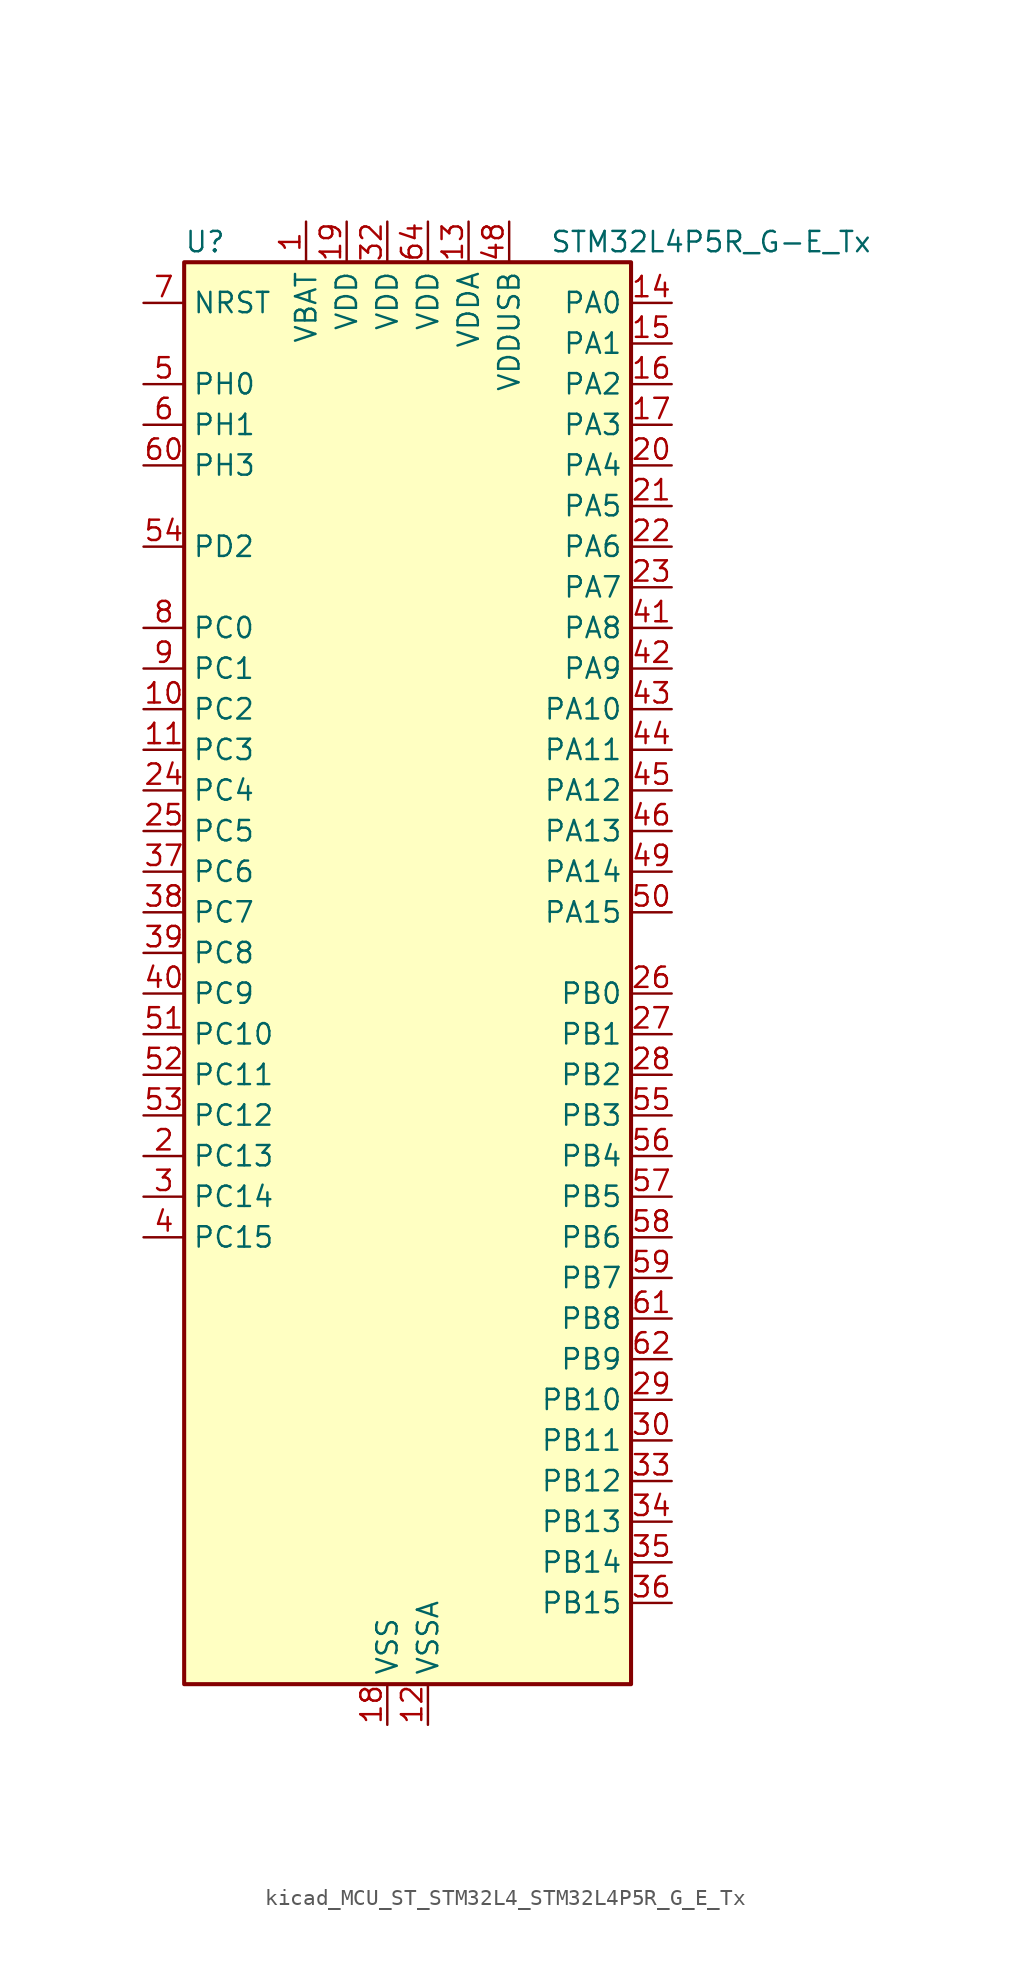
<source format=kicad_sym>
(kicad_symbol_lib
  (version 20220914)
  (generator kicad_symbol_editor)
  (symbol "kicad_MCU_ST_STM32L4_STM32L4P5R_G_E_Tx"
    (property "Reference" "U"
      (at -12.7 46.99 0)
      (effects (font (size 1.27 1.27)) (justify left)))
    (property "Value" "STM32L4P5R_G-E_Tx"
      (at 10.16 46.99 0)
      (effects (font (size 1.27 1.27)) (justify left)))
    (property "ki_locked" ""
      (at 0 0 0)
      (effects (font (size 1.27 1.27))))
    (symbol "kicad_MCU_ST_STM32L4_STM32L4P5R_G_E_Tx_0_1"
      (rectangle (start -12.7 -43.18) (end 15.24 45.72) (stroke (width 0.254) (type default)) (fill (type background))))
    (symbol "kicad_MCU_ST_STM32L4_STM32L4P5R_G_E_Tx_1_1"
      (pin power_in line (at -5.08 48.26 270) (length 2.54) (name "VBAT" (effects (font (size 1.27 1.27)))) (number "1" (effects (font (size 1.27 1.27)))))
      (pin bidirectional line (at -15.24 17.78 0) (length 2.54) (name "PC2" (effects (font (size 1.27 1.27)))) (number "10" (effects (font (size 1.27 1.27)))) (alternate "ADC1_IN3" bidirectional line) (alternate "ADC2_IN3" bidirectional line) (alternate "DFSDM1_CKOUT" bidirectional line) (alternate "LPTIM1_IN2" bidirectional line) (alternate "LTDC_HSYNC" bidirectional line) (alternate "OCTOSPIM_P1_IO5" bidirectional line) (alternate "SPI2_MISO" bidirectional line))
      (pin bidirectional line (at -15.24 15.24 0) (length 2.54) (name "PC3" (effects (font (size 1.27 1.27)))) (number "11" (effects (font (size 1.27 1.27)))) (alternate "ADC1_IN4" bidirectional line) (alternate "ADC2_IN4" bidirectional line) (alternate "LPTIM1_ETR" bidirectional line) (alternate "LPTIM2_ETR" bidirectional line) (alternate "OCTOSPIM_P1_IO6" bidirectional line) (alternate "SAI1_D1" bidirectional line) (alternate "SAI1_SD_A" bidirectional line) (alternate "SPI2_MOSI" bidirectional line))
      (pin power_in line (at 2.54 -45.72 90) (length 2.54) (name "VSSA" (effects (font (size 1.27 1.27)))) (number "12" (effects (font (size 1.27 1.27)))))
      (pin power_in line (at 5.08 48.26 270) (length 2.54) (name "VDDA" (effects (font (size 1.27 1.27)))) (number "13" (effects (font (size 1.27 1.27)))))
      (pin bidirectional line (at 17.78 43.18 180) (length 2.54) (name "PA0" (effects (font (size 1.27 1.27)))) (number "14" (effects (font (size 1.27 1.27)))) (alternate "ADC1_IN5" bidirectional line) (alternate "ADC2_IN5" bidirectional line) (alternate "OPAMP1_VINP" bidirectional line) (alternate "RTC_TAMP2" bidirectional line) (alternate "SAI1_EXTCLK" bidirectional line) (alternate "SYS_WKUP1" bidirectional line) (alternate "TIM2_CH1" bidirectional line) (alternate "TIM2_ETR" bidirectional line) (alternate "TIM5_CH1" bidirectional line) (alternate "TIM8_ETR" bidirectional line) (alternate "UART4_TX" bidirectional line) (alternate "USART2_CTS" bidirectional line) (alternate "USART2_NSS" bidirectional line))
      (pin bidirectional line (at 17.78 40.64 180) (length 2.54) (name "PA1" (effects (font (size 1.27 1.27)))) (number "15" (effects (font (size 1.27 1.27)))) (alternate "ADC1_IN6" bidirectional line) (alternate "ADC2_IN6" bidirectional line) (alternate "I2C1_SMBA" bidirectional line) (alternate "OCTOSPIM_P1_DQS" bidirectional line) (alternate "OPAMP1_VINM" bidirectional line) (alternate "SDMMC2_CMD" bidirectional line) (alternate "SPI1_SCK" bidirectional line) (alternate "TIM15_CH1N" bidirectional line) (alternate "TIM2_CH2" bidirectional line) (alternate "TIM5_CH2" bidirectional line) (alternate "UART4_RX" bidirectional line) (alternate "USART2_DE" bidirectional line) (alternate "USART2_RTS" bidirectional line))
      (pin bidirectional line (at 17.78 38.1 180) (length 2.54) (name "PA2" (effects (font (size 1.27 1.27)))) (number "16" (effects (font (size 1.27 1.27)))) (alternate "ADC1_IN7" bidirectional line) (alternate "ADC2_IN7" bidirectional line) (alternate "LPUART1_TX" bidirectional line) (alternate "OCTOSPIM_P1_NCS" bidirectional line) (alternate "RCC_LSCO" bidirectional line) (alternate "SAI2_EXTCLK" bidirectional line) (alternate "SYS_WKUP4" bidirectional line) (alternate "TIM15_CH1" bidirectional line) (alternate "TIM2_CH3" bidirectional line) (alternate "TIM5_CH3" bidirectional line) (alternate "USART2_TX" bidirectional line))
      (pin bidirectional line (at 17.78 35.56 180) (length 2.54) (name "PA3" (effects (font (size 1.27 1.27)))) (number "17" (effects (font (size 1.27 1.27)))) (alternate "ADC1_IN8" bidirectional line) (alternate "ADC2_IN8" bidirectional line) (alternate "LPUART1_RX" bidirectional line) (alternate "OCTOSPIM_P1_CLK" bidirectional line) (alternate "OPAMP1_VOUT" bidirectional line) (alternate "SAI1_CK1" bidirectional line) (alternate "SAI1_MCLK_A" bidirectional line) (alternate "TIM15_CH2" bidirectional line) (alternate "TIM2_CH4" bidirectional line) (alternate "TIM5_CH4" bidirectional line) (alternate "USART2_RX" bidirectional line))
      (pin power_in line (at 0 -45.72 90) (length 2.54) (name "VSS" (effects (font (size 1.27 1.27)))) (number "18" (effects (font (size 1.27 1.27)))))
      (pin power_in line (at -2.54 48.26 270) (length 2.54) (name "VDD" (effects (font (size 1.27 1.27)))) (number "19" (effects (font (size 1.27 1.27)))))
      (pin bidirectional line (at -15.24 -10.16 0) (length 2.54) (name "PC13" (effects (font (size 1.27 1.27)))) (number "2" (effects (font (size 1.27 1.27)))) (alternate "RTC_OUT1" bidirectional line) (alternate "RTC_TAMP1" bidirectional line) (alternate "RTC_TS" bidirectional line) (alternate "SYS_WKUP2" bidirectional line))
      (pin bidirectional line (at 17.78 33.02 180) (length 2.54) (name "PA4" (effects (font (size 1.27 1.27)))) (number "20" (effects (font (size 1.27 1.27)))) (alternate "ADC1_IN9" bidirectional line) (alternate "ADC2_IN9" bidirectional line) (alternate "DAC1_OUT1" bidirectional line) (alternate "DCMI_HSYNC" bidirectional line) (alternate "LPTIM2_OUT" bidirectional line) (alternate "LTDC_CLK" bidirectional line) (alternate "OCTOSPIM_P1_NCS" bidirectional line) (alternate "PSSI_DE" bidirectional line) (alternate "SAI1_FS_B" bidirectional line) (alternate "SPI1_NSS" bidirectional line) (alternate "SPI3_NSS" bidirectional line) (alternate "USART2_CK" bidirectional line))
      (pin bidirectional line (at 17.78 30.48 180) (length 2.54) (name "PA5" (effects (font (size 1.27 1.27)))) (number "21" (effects (font (size 1.27 1.27)))) (alternate "ADC1_IN10" bidirectional line) (alternate "ADC2_IN10" bidirectional line) (alternate "DAC1_OUT2" bidirectional line) (alternate "LPTIM2_ETR" bidirectional line) (alternate "LTDC_R7" bidirectional line) (alternate "PSSI_D14" bidirectional line) (alternate "SPI1_SCK" bidirectional line) (alternate "TIM2_CH1" bidirectional line) (alternate "TIM2_ETR" bidirectional line) (alternate "TIM8_CH1N" bidirectional line))
      (pin bidirectional line (at 17.78 27.94 180) (length 2.54) (name "PA6" (effects (font (size 1.27 1.27)))) (number "22" (effects (font (size 1.27 1.27)))) (alternate "ADC1_IN11" bidirectional line) (alternate "ADC2_IN11" bidirectional line) (alternate "DCMI_PIXCLK" bidirectional line) (alternate "LPUART1_CTS" bidirectional line) (alternate "OCTOSPIM_P1_IO3" bidirectional line) (alternate "OPAMP2_VINP" bidirectional line) (alternate "PSSI_PDCK" bidirectional line) (alternate "SPI1_MISO" bidirectional line) (alternate "TIM16_CH1" bidirectional line) (alternate "TIM1_BKIN" bidirectional line) (alternate "TIM3_CH1" bidirectional line) (alternate "TIM8_BKIN" bidirectional line) (alternate "USART3_CTS" bidirectional line) (alternate "USART3_NSS" bidirectional line))
      (pin bidirectional line (at 17.78 25.4 180) (length 2.54) (name "PA7" (effects (font (size 1.27 1.27)))) (number "23" (effects (font (size 1.27 1.27)))) (alternate "ADC1_IN12" bidirectional line) (alternate "ADC2_IN12" bidirectional line) (alternate "I2C3_SCL" bidirectional line) (alternate "OCTOSPIM_P1_IO2" bidirectional line) (alternate "OPAMP2_VINM" bidirectional line) (alternate "SPI1_MOSI" bidirectional line) (alternate "TIM17_CH1" bidirectional line) (alternate "TIM1_CH1N" bidirectional line) (alternate "TIM3_CH2" bidirectional line) (alternate "TIM8_CH1N" bidirectional line))
      (pin bidirectional line (at -15.24 12.7 0) (length 2.54) (name "PC4" (effects (font (size 1.27 1.27)))) (number "24" (effects (font (size 1.27 1.27)))) (alternate "ADC1_IN13" bidirectional line) (alternate "ADC2_IN13" bidirectional line) (alternate "COMP1_INM" bidirectional line) (alternate "OCTOSPIM_P1_IO7" bidirectional line) (alternate "OCTOSPIM_P2_NCS" bidirectional line) (alternate "USART3_TX" bidirectional line))
      (pin bidirectional line (at -15.24 10.16 0) (length 2.54) (name "PC5" (effects (font (size 1.27 1.27)))) (number "25" (effects (font (size 1.27 1.27)))) (alternate "ADC1_IN14" bidirectional line) (alternate "ADC2_IN14" bidirectional line) (alternate "COMP1_INP" bidirectional line) (alternate "LTDC_CLK" bidirectional line) (alternate "PSSI_D15" bidirectional line) (alternate "SAI1_D3" bidirectional line) (alternate "SYS_WKUP5" bidirectional line) (alternate "USART3_RX" bidirectional line))
      (pin bidirectional line (at 17.78 0 180) (length 2.54) (name "PB0" (effects (font (size 1.27 1.27)))) (number "26" (effects (font (size 1.27 1.27)))) (alternate "ADC1_IN15" bidirectional line) (alternate "ADC2_IN15" bidirectional line) (alternate "COMP1_OUT" bidirectional line) (alternate "LTDC_B6" bidirectional line) (alternate "OCTOSPIM_P1_IO1" bidirectional line) (alternate "OPAMP2_VOUT" bidirectional line) (alternate "SAI1_EXTCLK" bidirectional line) (alternate "SPI1_NSS" bidirectional line) (alternate "TIM1_CH2N" bidirectional line) (alternate "TIM3_CH3" bidirectional line) (alternate "TIM8_CH2N" bidirectional line) (alternate "USART3_CK" bidirectional line))
      (pin bidirectional line (at 17.78 -2.54 180) (length 2.54) (name "PB1" (effects (font (size 1.27 1.27)))) (number "27" (effects (font (size 1.27 1.27)))) (alternate "ADC1_IN16" bidirectional line) (alternate "ADC2_IN16" bidirectional line) (alternate "COMP1_INM" bidirectional line) (alternate "DFSDM1_DATIN0" bidirectional line) (alternate "LPTIM2_IN1" bidirectional line) (alternate "LPUART1_DE" bidirectional line) (alternate "LPUART1_RTS" bidirectional line) (alternate "LTDC_G6" bidirectional line) (alternate "OCTOSPIM_P1_IO0" bidirectional line) (alternate "TIM1_CH3N" bidirectional line) (alternate "TIM3_CH4" bidirectional line) (alternate "TIM8_CH3N" bidirectional line) (alternate "USART3_DE" bidirectional line) (alternate "USART3_RTS" bidirectional line))
      (pin bidirectional line (at 17.78 -5.08 180) (length 2.54) (name "PB2" (effects (font (size 1.27 1.27)))) (number "28" (effects (font (size 1.27 1.27)))) (alternate "COMP1_INP" bidirectional line) (alternate "DFSDM1_CKIN0" bidirectional line) (alternate "I2C3_SMBA" bidirectional line) (alternate "LPTIM1_OUT" bidirectional line) (alternate "OCTOSPIM_P1_DQS" bidirectional line) (alternate "RTC_OUT2" bidirectional line))
      (pin bidirectional line (at 17.78 -25.4 180) (length 2.54) (name "PB10" (effects (font (size 1.27 1.27)))) (number "29" (effects (font (size 1.27 1.27)))) (alternate "COMP1_OUT" bidirectional line) (alternate "I2C2_SCL" bidirectional line) (alternate "I2C4_SCL" bidirectional line) (alternate "LPUART1_RX" bidirectional line) (alternate "OCTOSPIM_P1_CLK" bidirectional line) (alternate "OCTOSPIM_P1_IO3" bidirectional line) (alternate "SAI1_SCK_A" bidirectional line) (alternate "SPI2_SCK" bidirectional line) (alternate "TIM2_CH3" bidirectional line) (alternate "TSC_SYNC" bidirectional line) (alternate "USART3_TX" bidirectional line))
      (pin bidirectional line (at -15.24 -12.7 0) (length 2.54) (name "PC14" (effects (font (size 1.27 1.27)))) (number "3" (effects (font (size 1.27 1.27)))) (alternate "RCC_OSC32_IN" bidirectional line))
      (pin bidirectional line (at 17.78 -27.94 180) (length 2.54) (name "PB11" (effects (font (size 1.27 1.27)))) (number "30" (effects (font (size 1.27 1.27)))) (alternate "ADC1_EXTI11" bidirectional line) (alternate "ADC2_EXTI11" bidirectional line) (alternate "COMP2_OUT" bidirectional line) (alternate "I2C2_SDA" bidirectional line) (alternate "I2C4_SDA" bidirectional line) (alternate "LPUART1_TX" bidirectional line) (alternate "LTDC_VSYNC" bidirectional line) (alternate "OCTOSPIM_P1_NCS" bidirectional line) (alternate "TIM2_CH4" bidirectional line) (alternate "USART3_RX" bidirectional line))
      (pin passive line (at 0 -45.72 90) (length 2.54) hide (name "VSS" (effects (font (size 1.27 1.27)))) (number "31" (effects (font (size 1.27 1.27)))))
      (pin power_in line (at 0 48.26 270) (length 2.54) (name "VDD" (effects (font (size 1.27 1.27)))) (number "32" (effects (font (size 1.27 1.27)))))
      (pin bidirectional line (at 17.78 -30.48 180) (length 2.54) (name "PB12" (effects (font (size 1.27 1.27)))) (number "33" (effects (font (size 1.27 1.27)))) (alternate "DFSDM1_DATIN1" bidirectional line) (alternate "I2C2_SMBA" bidirectional line) (alternate "LPUART1_DE" bidirectional line) (alternate "LPUART1_RTS" bidirectional line) (alternate "OCTOSPIM_P1_NCLK" bidirectional line) (alternate "SAI2_FS_A" bidirectional line) (alternate "SDMMC2_CK" bidirectional line) (alternate "SPI2_NSS" bidirectional line) (alternate "TIM15_BKIN" bidirectional line) (alternate "TIM1_BKIN" bidirectional line) (alternate "TSC_G1_IO1" bidirectional line) (alternate "USART3_CK" bidirectional line))
      (pin bidirectional line (at 17.78 -33.02 180) (length 2.54) (name "PB13" (effects (font (size 1.27 1.27)))) (number "34" (effects (font (size 1.27 1.27)))) (alternate "DFSDM1_CKIN1" bidirectional line) (alternate "I2C2_SCL" bidirectional line) (alternate "LPUART1_CTS" bidirectional line) (alternate "OCTOSPIM_P1_IO1" bidirectional line) (alternate "SAI2_SCK_A" bidirectional line) (alternate "SPI2_SCK" bidirectional line) (alternate "TIM15_CH1N" bidirectional line) (alternate "TIM1_CH1N" bidirectional line) (alternate "TSC_G1_IO2" bidirectional line) (alternate "USART3_CTS" bidirectional line) (alternate "USART3_NSS" bidirectional line))
      (pin bidirectional line (at 17.78 -35.56 180) (length 2.54) (name "PB14" (effects (font (size 1.27 1.27)))) (number "35" (effects (font (size 1.27 1.27)))) (alternate "DFSDM1_DATIN2" bidirectional line) (alternate "I2C2_SDA" bidirectional line) (alternate "OCTOSPIM_P1_IO6" bidirectional line) (alternate "SAI2_MCLK_A" bidirectional line) (alternate "SDMMC2_D0" bidirectional line) (alternate "SPI2_MISO" bidirectional line) (alternate "TIM15_CH1" bidirectional line) (alternate "TIM1_CH2N" bidirectional line) (alternate "TIM8_CH2N" bidirectional line) (alternate "TSC_G1_IO3" bidirectional line) (alternate "USART3_DE" bidirectional line) (alternate "USART3_RTS" bidirectional line))
      (pin bidirectional line (at 17.78 -38.1 180) (length 2.54) (name "PB15" (effects (font (size 1.27 1.27)))) (number "36" (effects (font (size 1.27 1.27)))) (alternate "ADC1_EXTI15" bidirectional line) (alternate "ADC2_EXTI15" bidirectional line) (alternate "DFSDM1_CKIN2" bidirectional line) (alternate "OCTOSPIM_P1_IO7" bidirectional line) (alternate "RTC_REFIN" bidirectional line) (alternate "SAI2_SD_A" bidirectional line) (alternate "SDMMC2_D1" bidirectional line) (alternate "SPI2_MOSI" bidirectional line) (alternate "TIM15_CH2" bidirectional line) (alternate "TIM1_CH3N" bidirectional line) (alternate "TIM8_CH3N" bidirectional line) (alternate "TSC_G1_IO4" bidirectional line))
      (pin bidirectional line (at -15.24 7.62 0) (length 2.54) (name "PC6" (effects (font (size 1.27 1.27)))) (number "37" (effects (font (size 1.27 1.27)))) (alternate "DCMI_D0" bidirectional line) (alternate "DFSDM1_CKIN3" bidirectional line) (alternate "LTDC_G7" bidirectional line) (alternate "PSSI_D0" bidirectional line) (alternate "SAI2_MCLK_A" bidirectional line) (alternate "SDMMC1_D0DIR" bidirectional line) (alternate "SDMMC1_D6" bidirectional line) (alternate "SDMMC2_D6" bidirectional line) (alternate "TIM3_CH1" bidirectional line) (alternate "TIM8_CH1" bidirectional line) (alternate "TSC_G4_IO1" bidirectional line))
      (pin bidirectional line (at -15.24 5.08 0) (length 2.54) (name "PC7" (effects (font (size 1.27 1.27)))) (number "38" (effects (font (size 1.27 1.27)))) (alternate "DCMI_D1" bidirectional line) (alternate "DFSDM1_DATIN3" bidirectional line) (alternate "LTDC_B6" bidirectional line) (alternate "PSSI_D1" bidirectional line) (alternate "SAI2_MCLK_B" bidirectional line) (alternate "SDMMC1_D123DIR" bidirectional line) (alternate "SDMMC1_D7" bidirectional line) (alternate "SDMMC2_D7" bidirectional line) (alternate "TIM3_CH2" bidirectional line) (alternate "TIM8_CH2" bidirectional line) (alternate "TSC_G4_IO2" bidirectional line))
      (pin bidirectional line (at -15.24 2.54 0) (length 2.54) (name "PC8" (effects (font (size 1.27 1.27)))) (number "39" (effects (font (size 1.27 1.27)))) (alternate "DCMI_D2" bidirectional line) (alternate "PSSI_D2" bidirectional line) (alternate "SDMMC1_D0" bidirectional line) (alternate "TIM3_CH3" bidirectional line) (alternate "TIM8_CH3" bidirectional line) (alternate "TSC_G4_IO3" bidirectional line))
      (pin bidirectional line (at -15.24 -15.24 0) (length 2.54) (name "PC15" (effects (font (size 1.27 1.27)))) (number "4" (effects (font (size 1.27 1.27)))) (alternate "ADC1_EXTI15" bidirectional line) (alternate "ADC2_EXTI15" bidirectional line) (alternate "RCC_OSC32_OUT" bidirectional line))
      (pin bidirectional line (at -15.24 0 0) (length 2.54) (name "PC9" (effects (font (size 1.27 1.27)))) (number "40" (effects (font (size 1.27 1.27)))) (alternate "DAC1_EXTI9" bidirectional line) (alternate "DCMI_D3" bidirectional line) (alternate "I2C3_SDA" bidirectional line) (alternate "PSSI_D3" bidirectional line) (alternate "SAI2_EXTCLK" bidirectional line) (alternate "SDMMC1_D1" bidirectional line) (alternate "SYS_TRACED0" bidirectional line) (alternate "TIM3_CH4" bidirectional line) (alternate "TIM8_BKIN2" bidirectional line) (alternate "TIM8_CH4" bidirectional line) (alternate "TSC_G4_IO4" bidirectional line) (alternate "USB_OTG_FS_NOE" bidirectional line))
      (pin bidirectional line (at 17.78 22.86 180) (length 2.54) (name "PA8" (effects (font (size 1.27 1.27)))) (number "41" (effects (font (size 1.27 1.27)))) (alternate "LPTIM2_OUT" bidirectional line) (alternate "LTDC_B7" bidirectional line) (alternate "RCC_MCO" bidirectional line) (alternate "SAI1_CK2" bidirectional line) (alternate "SAI1_SCK_A" bidirectional line) (alternate "TIM1_CH1" bidirectional line) (alternate "USART1_CK" bidirectional line) (alternate "USB_OTG_FS_SOF" bidirectional line))
      (pin bidirectional line (at 17.78 20.32 180) (length 2.54) (name "PA9" (effects (font (size 1.27 1.27)))) (number "42" (effects (font (size 1.27 1.27)))) (alternate "DAC1_EXTI9" bidirectional line) (alternate "DCMI_D0" bidirectional line) (alternate "LTDC_G7" bidirectional line) (alternate "PSSI_D0" bidirectional line) (alternate "SAI1_FS_A" bidirectional line) (alternate "SPI2_SCK" bidirectional line) (alternate "TIM15_BKIN" bidirectional line) (alternate "TIM1_CH2" bidirectional line) (alternate "USART1_TX" bidirectional line) (alternate "USB_OTG_FS_VBUS" bidirectional line))
      (pin bidirectional line (at 17.78 17.78 180) (length 2.54) (name "PA10" (effects (font (size 1.27 1.27)))) (number "43" (effects (font (size 1.27 1.27)))) (alternate "DCMI_D1" bidirectional line) (alternate "LTDC_G6" bidirectional line) (alternate "PSSI_D1" bidirectional line) (alternate "SAI1_D1" bidirectional line) (alternate "SAI1_SD_A" bidirectional line) (alternate "TIM17_BKIN" bidirectional line) (alternate "TIM1_CH3" bidirectional line) (alternate "USART1_RX" bidirectional line) (alternate "USB_OTG_FS_ID" bidirectional line))
      (pin bidirectional line (at 17.78 15.24 180) (length 2.54) (name "PA11" (effects (font (size 1.27 1.27)))) (number "44" (effects (font (size 1.27 1.27)))) (alternate "ADC1_EXTI11" bidirectional line) (alternate "ADC2_EXTI11" bidirectional line) (alternate "CAN1_RX" bidirectional line) (alternate "LTDC_DE" bidirectional line) (alternate "SPI1_MISO" bidirectional line) (alternate "TIM1_BKIN2" bidirectional line) (alternate "TIM1_CH4" bidirectional line) (alternate "USART1_CTS" bidirectional line) (alternate "USART1_NSS" bidirectional line) (alternate "USB_OTG_FS_DM" bidirectional line))
      (pin bidirectional line (at 17.78 12.7 180) (length 2.54) (name "PA12" (effects (font (size 1.27 1.27)))) (number "45" (effects (font (size 1.27 1.27)))) (alternate "CAN1_TX" bidirectional line) (alternate "LTDC_VSYNC" bidirectional line) (alternate "OCTOSPIM_P2_NCS" bidirectional line) (alternate "SPI1_MOSI" bidirectional line) (alternate "TIM1_ETR" bidirectional line) (alternate "USART1_DE" bidirectional line) (alternate "USART1_RTS" bidirectional line) (alternate "USB_OTG_FS_DP" bidirectional line))
      (pin bidirectional line (at 17.78 10.16 180) (length 2.54) (name "PA13" (effects (font (size 1.27 1.27)))) (number "46" (effects (font (size 1.27 1.27)))) (alternate "IR_OUT" bidirectional line) (alternate "SAI1_SD_B" bidirectional line) (alternate "SYS_JTMS-SWDIO" bidirectional line) (alternate "USB_OTG_FS_NOE" bidirectional line))
      (pin passive line (at 0 -45.72 90) (length 2.54) hide (name "VSS" (effects (font (size 1.27 1.27)))) (number "47" (effects (font (size 1.27 1.27)))))
      (pin power_in line (at 7.62 48.26 270) (length 2.54) (name "VDDUSB" (effects (font (size 1.27 1.27)))) (number "48" (effects (font (size 1.27 1.27)))))
      (pin bidirectional line (at 17.78 7.62 180) (length 2.54) (name "PA14" (effects (font (size 1.27 1.27)))) (number "49" (effects (font (size 1.27 1.27)))) (alternate "I2C1_SMBA" bidirectional line) (alternate "I2C4_SMBA" bidirectional line) (alternate "LPTIM1_OUT" bidirectional line) (alternate "SAI1_FS_B" bidirectional line) (alternate "SYS_JTCK-SWCLK" bidirectional line) (alternate "USB_OTG_FS_SOF" bidirectional line))
      (pin bidirectional line (at -15.24 38.1 0) (length 2.54) (name "PH0" (effects (font (size 1.27 1.27)))) (number "5" (effects (font (size 1.27 1.27)))) (alternate "RCC_OSC_IN" bidirectional line))
      (pin bidirectional line (at 17.78 5.08 180) (length 2.54) (name "PA15" (effects (font (size 1.27 1.27)))) (number "50" (effects (font (size 1.27 1.27)))) (alternate "ADC1_EXTI15" bidirectional line) (alternate "ADC2_EXTI15" bidirectional line) (alternate "LTDC_HSYNC" bidirectional line) (alternate "SAI2_FS_B" bidirectional line) (alternate "SPI1_NSS" bidirectional line) (alternate "SPI3_NSS" bidirectional line) (alternate "SYS_JTDI" bidirectional line) (alternate "TIM2_CH1" bidirectional line) (alternate "TIM2_ETR" bidirectional line) (alternate "TSC_G3_IO1" bidirectional line) (alternate "UART4_DE" bidirectional line) (alternate "UART4_RTS" bidirectional line) (alternate "USART2_RX" bidirectional line) (alternate "USART3_DE" bidirectional line) (alternate "USART3_RTS" bidirectional line))
      (pin bidirectional line (at -15.24 -2.54 0) (length 2.54) (name "PC10" (effects (font (size 1.27 1.27)))) (number "51" (effects (font (size 1.27 1.27)))) (alternate "DCMI_D8" bidirectional line) (alternate "DCMI_VSYNC" bidirectional line) (alternate "PSSI_D8" bidirectional line) (alternate "PSSI_RDY" bidirectional line) (alternate "SAI2_SCK_B" bidirectional line) (alternate "SDMMC1_D2" bidirectional line) (alternate "SPI3_SCK" bidirectional line) (alternate "SYS_TRACED1" bidirectional line) (alternate "TSC_G3_IO2" bidirectional line) (alternate "UART4_TX" bidirectional line) (alternate "USART3_TX" bidirectional line))
      (pin bidirectional line (at -15.24 -5.08 0) (length 2.54) (name "PC11" (effects (font (size 1.27 1.27)))) (number "52" (effects (font (size 1.27 1.27)))) (alternate "ADC1_EXTI11" bidirectional line) (alternate "ADC2_EXTI11" bidirectional line) (alternate "DCMI_D2" bidirectional line) (alternate "DCMI_D4" bidirectional line) (alternate "OCTOSPIM_P1_NCS" bidirectional line) (alternate "PSSI_D2" bidirectional line) (alternate "PSSI_D4" bidirectional line) (alternate "SAI2_MCLK_B" bidirectional line) (alternate "SDMMC1_D3" bidirectional line) (alternate "SPI3_MISO" bidirectional line) (alternate "TSC_G3_IO3" bidirectional line) (alternate "UART4_RX" bidirectional line) (alternate "USART3_RX" bidirectional line))
      (pin bidirectional line (at -15.24 -7.62 0) (length 2.54) (name "PC12" (effects (font (size 1.27 1.27)))) (number "53" (effects (font (size 1.27 1.27)))) (alternate "DCMI_D9" bidirectional line) (alternate "LTDC_R6" bidirectional line) (alternate "PSSI_D9" bidirectional line) (alternate "SAI2_SD_B" bidirectional line) (alternate "SDMMC1_CK" bidirectional line) (alternate "SPI3_MOSI" bidirectional line) (alternate "SYS_TRACED3" bidirectional line) (alternate "TSC_G3_IO4" bidirectional line) (alternate "USART3_CK" bidirectional line))
      (pin bidirectional line (at -15.24 27.94 0) (length 2.54) (name "PD2" (effects (font (size 1.27 1.27)))) (number "54" (effects (font (size 1.27 1.27)))) (alternate "DCMI_D11" bidirectional line) (alternate "PSSI_D11" bidirectional line) (alternate "SDMMC1_CMD" bidirectional line) (alternate "SYS_TRACED2" bidirectional line) (alternate "TIM3_ETR" bidirectional line) (alternate "TSC_SYNC" bidirectional line) (alternate "USART3_DE" bidirectional line) (alternate "USART3_RTS" bidirectional line))
      (pin bidirectional line (at 17.78 -7.62 180) (length 2.54) (name "PB3" (effects (font (size 1.27 1.27)))) (number "55" (effects (font (size 1.27 1.27)))) (alternate "COMP2_INM" bidirectional line) (alternate "CRS_SYNC" bidirectional line) (alternate "OCTOSPIM_P1_IO4" bidirectional line) (alternate "SAI1_SCK_B" bidirectional line) (alternate "SDMMC2_D2" bidirectional line) (alternate "SPI1_SCK" bidirectional line) (alternate "SPI3_SCK" bidirectional line) (alternate "SYS_JTDO-SWO" bidirectional line) (alternate "TIM2_CH2" bidirectional line) (alternate "USART1_DE" bidirectional line) (alternate "USART1_RTS" bidirectional line))
      (pin bidirectional line (at 17.78 -10.16 180) (length 2.54) (name "PB4" (effects (font (size 1.27 1.27)))) (number "56" (effects (font (size 1.27 1.27)))) (alternate "COMP2_INP" bidirectional line) (alternate "DCMI_D12" bidirectional line) (alternate "I2C3_SDA" bidirectional line) (alternate "OCTOSPIM_P1_IO5" bidirectional line) (alternate "PSSI_D12" bidirectional line) (alternate "SAI1_MCLK_B" bidirectional line) (alternate "SDMMC2_D3" bidirectional line) (alternate "SPI1_MISO" bidirectional line) (alternate "SPI3_MISO" bidirectional line) (alternate "SYS_JTRST" bidirectional line) (alternate "TIM17_BKIN" bidirectional line) (alternate "TIM3_CH1" bidirectional line) (alternate "TSC_G2_IO1" bidirectional line) (alternate "USART1_CTS" bidirectional line) (alternate "USART1_NSS" bidirectional line))
      (pin bidirectional line (at 17.78 -12.7 180) (length 2.54) (name "PB5" (effects (font (size 1.27 1.27)))) (number "57" (effects (font (size 1.27 1.27)))) (alternate "COMP2_OUT" bidirectional line) (alternate "DCMI_D10" bidirectional line) (alternate "I2C1_SMBA" bidirectional line) (alternate "LPTIM1_IN1" bidirectional line) (alternate "OCTOSPIM_P1_IO0" bidirectional line) (alternate "PSSI_D10" bidirectional line) (alternate "SAI1_SD_B" bidirectional line) (alternate "SPI1_MOSI" bidirectional line) (alternate "SPI3_MOSI" bidirectional line) (alternate "TIM16_BKIN" bidirectional line) (alternate "TIM3_CH2" bidirectional line) (alternate "TSC_G2_IO2" bidirectional line) (alternate "USART1_CK" bidirectional line))
      (pin bidirectional line (at 17.78 -15.24 180) (length 2.54) (name "PB6" (effects (font (size 1.27 1.27)))) (number "58" (effects (font (size 1.27 1.27)))) (alternate "COMP2_INP" bidirectional line) (alternate "DCMI_D5" bidirectional line) (alternate "I2C1_SCL" bidirectional line) (alternate "I2C4_SCL" bidirectional line) (alternate "LPTIM1_ETR" bidirectional line) (alternate "LTDC_R6" bidirectional line) (alternate "PSSI_D5" bidirectional line) (alternate "SAI1_FS_B" bidirectional line) (alternate "TIM16_CH1N" bidirectional line) (alternate "TIM4_CH1" bidirectional line) (alternate "TIM8_BKIN2" bidirectional line) (alternate "TSC_G2_IO3" bidirectional line) (alternate "USART1_TX" bidirectional line))
      (pin bidirectional line (at 17.78 -17.78 180) (length 2.54) (name "PB7" (effects (font (size 1.27 1.27)))) (number "59" (effects (font (size 1.27 1.27)))) (alternate "COMP2_INM" bidirectional line) (alternate "DCMI_VSYNC" bidirectional line) (alternate "I2C1_SDA" bidirectional line) (alternate "I2C4_SDA" bidirectional line) (alternate "LPTIM1_IN2" bidirectional line) (alternate "LTDC_VSYNC" bidirectional line) (alternate "PSSI_RDY" bidirectional line) (alternate "SYS_PVD_IN" bidirectional line) (alternate "TIM17_CH1N" bidirectional line) (alternate "TIM4_CH2" bidirectional line) (alternate "TIM8_BKIN" bidirectional line) (alternate "TSC_G2_IO4" bidirectional line) (alternate "UART4_CTS" bidirectional line) (alternate "USART1_RX" bidirectional line))
      (pin bidirectional line (at -15.24 35.56 0) (length 2.54) (name "PH1" (effects (font (size 1.27 1.27)))) (number "6" (effects (font (size 1.27 1.27)))) (alternate "RCC_OSC_OUT" bidirectional line))
      (pin bidirectional line (at -15.24 33.02 0) (length 2.54) (name "PH3" (effects (font (size 1.27 1.27)))) (number "60" (effects (font (size 1.27 1.27)))))
      (pin bidirectional line (at 17.78 -20.32 180) (length 2.54) (name "PB8" (effects (font (size 1.27 1.27)))) (number "61" (effects (font (size 1.27 1.27)))) (alternate "CAN1_RX" bidirectional line) (alternate "DCMI_D6" bidirectional line) (alternate "DFSDM1_CKOUT" bidirectional line) (alternate "I2C1_SCL" bidirectional line) (alternate "LTDC_DE" bidirectional line) (alternate "PSSI_D6" bidirectional line) (alternate "SAI1_CK1" bidirectional line) (alternate "SAI1_MCLK_A" bidirectional line) (alternate "SDMMC1_CKIN" bidirectional line) (alternate "SDMMC1_D4" bidirectional line) (alternate "SDMMC2_D4" bidirectional line) (alternate "TIM16_CH1" bidirectional line) (alternate "TIM4_CH3" bidirectional line))
      (pin bidirectional line (at 17.78 -22.86 180) (length 2.54) (name "PB9" (effects (font (size 1.27 1.27)))) (number "62" (effects (font (size 1.27 1.27)))) (alternate "CAN1_TX" bidirectional line) (alternate "DAC1_EXTI9" bidirectional line) (alternate "DCMI_D7" bidirectional line) (alternate "I2C1_SDA" bidirectional line) (alternate "IR_OUT" bidirectional line) (alternate "PSSI_D7" bidirectional line) (alternate "SAI1_D2" bidirectional line) (alternate "SAI1_FS_A" bidirectional line) (alternate "SDMMC1_CDIR" bidirectional line) (alternate "SDMMC1_D5" bidirectional line) (alternate "SDMMC2_D5" bidirectional line) (alternate "SPI2_NSS" bidirectional line) (alternate "TIM17_CH1" bidirectional line) (alternate "TIM4_CH4" bidirectional line))
      (pin passive line (at 0 -45.72 90) (length 2.54) hide (name "VSS" (effects (font (size 1.27 1.27)))) (number "63" (effects (font (size 1.27 1.27)))))
      (pin power_in line (at 2.54 48.26 270) (length 2.54) (name "VDD" (effects (font (size 1.27 1.27)))) (number "64" (effects (font (size 1.27 1.27)))))
      (pin input line (at -15.24 43.18 0) (length 2.54) (name "NRST" (effects (font (size 1.27 1.27)))) (number "7" (effects (font (size 1.27 1.27)))))
      (pin bidirectional line (at -15.24 22.86 0) (length 2.54) (name "PC0" (effects (font (size 1.27 1.27)))) (number "8" (effects (font (size 1.27 1.27)))) (alternate "ADC1_IN1" bidirectional line) (alternate "ADC2_IN1" bidirectional line) (alternate "I2C3_SCL" bidirectional line) (alternate "LPTIM1_IN1" bidirectional line) (alternate "LPTIM2_IN1" bidirectional line) (alternate "LPUART1_RX" bidirectional line) (alternate "LTDC_DE" bidirectional line) (alternate "SAI2_FS_A" bidirectional line) (alternate "SDMMC1_CMD" bidirectional line) (alternate "SDMMC2_CKIN" bidirectional line))
      (pin bidirectional line (at -15.24 20.32 0) (length 2.54) (name "PC1" (effects (font (size 1.27 1.27)))) (number "9" (effects (font (size 1.27 1.27)))) (alternate "ADC1_IN2" bidirectional line) (alternate "ADC2_IN2" bidirectional line) (alternate "I2C3_SDA" bidirectional line) (alternate "LPTIM1_OUT" bidirectional line) (alternate "LPUART1_TX" bidirectional line) (alternate "OCTOSPIM_P1_IO4" bidirectional line) (alternate "SAI1_SD_A" bidirectional line) (alternate "SPI2_MOSI" bidirectional line) (alternate "SYS_TRACED0" bidirectional line)))))
</source>
